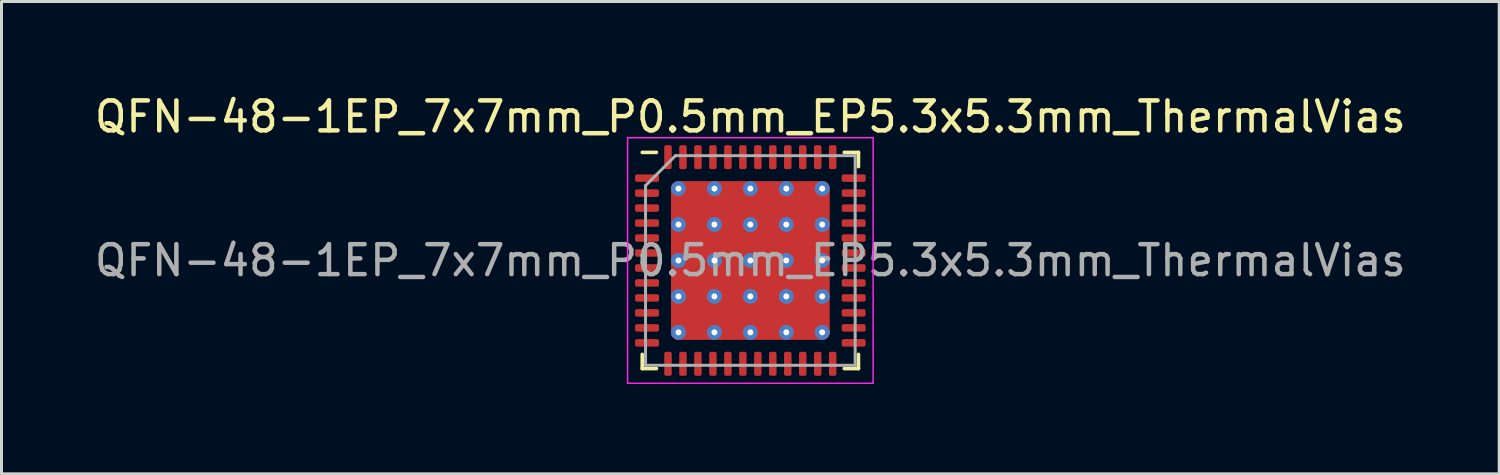
<source format=kicad_pcb>
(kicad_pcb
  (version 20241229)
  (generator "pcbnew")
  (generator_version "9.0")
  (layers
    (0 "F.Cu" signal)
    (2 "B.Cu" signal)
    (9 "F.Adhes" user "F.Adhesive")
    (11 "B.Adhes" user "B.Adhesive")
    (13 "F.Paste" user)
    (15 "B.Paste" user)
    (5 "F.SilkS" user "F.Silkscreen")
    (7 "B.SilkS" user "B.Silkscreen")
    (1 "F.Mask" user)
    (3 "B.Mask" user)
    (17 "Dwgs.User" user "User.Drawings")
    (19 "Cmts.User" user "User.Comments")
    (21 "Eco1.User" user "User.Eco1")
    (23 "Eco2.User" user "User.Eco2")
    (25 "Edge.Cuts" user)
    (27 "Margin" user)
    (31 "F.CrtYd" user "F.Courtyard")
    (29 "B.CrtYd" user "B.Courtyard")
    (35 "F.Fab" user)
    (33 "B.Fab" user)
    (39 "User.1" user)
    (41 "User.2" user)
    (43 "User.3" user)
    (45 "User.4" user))
  (footprint "QFN-48-1EP_7x7mm_P0.5mm_EP5.3x5.3mm_ThermalVias"
    (layer "F.Cu")
    (at 22.006 5.648)
    (property "Reference" "QFN-48-1EP_7x7mm_P0.5mm_EP5.3x5.3mm_ThermalVias" (at 0 -4.8 0) (layer "F.SilkS") (effects (font (size 1 1) (thickness 0.15))))
    (attr smd)
    (fp_line (start -3.61 3.61) (end -3.61 3.135) (stroke (width 0.12) (type solid)) (layer "F.SilkS"))
    (fp_line (start -3.135 -3.61) (end -3.61 -3.61) (stroke (width 0.12) (type solid)) (layer "F.SilkS"))
    (fp_line (start -3.135 3.61) (end -3.61 3.61) (stroke (width 0.12) (type solid)) (layer "F.SilkS"))
    (fp_line (start 3.135 -3.61) (end 3.61 -3.61) (stroke (width 0.12) (type solid)) (layer "F.SilkS"))
    (fp_line (start 3.135 3.61) (end 3.61 3.61) (stroke (width 0.12) (type solid)) (layer "F.SilkS"))
    (fp_line (start 3.61 -3.61) (end 3.61 -3.135) (stroke (width 0.12) (type solid)) (layer "F.SilkS"))
    (fp_line (start 3.61 3.61) (end 3.61 3.135) (stroke (width 0.12) (type solid)) (layer "F.SilkS"))
    (fp_line (start -4.1 -4.1) (end -4.1 4.1) (stroke (width 0.05) (type solid)) (layer "F.CrtYd"))
    (fp_line (start -4.1 4.1) (end 4.1 4.1) (stroke (width 0.05) (type solid)) (layer "F.CrtYd"))
    (fp_line (start 4.1 -4.1) (end -4.1 -4.1) (stroke (width 0.05) (type solid)) (layer "F.CrtYd"))
    (fp_line (start 4.1 4.1) (end 4.1 -4.1) (stroke (width 0.05) (type solid)) (layer "F.CrtYd"))
    (fp_line (start -3.5 -2.5) (end -2.5 -3.5) (stroke (width 0.1) (type solid)) (layer "F.Fab"))
    (fp_line (start -3.5 3.5) (end -3.5 -2.5) (stroke (width 0.1) (type solid)) (layer "F.Fab"))
    (fp_line (start -2.5 -3.5) (end 3.5 -3.5) (stroke (width 0.1) (type solid)) (layer "F.Fab"))
    (fp_line (start 3.5 -3.5) (end 3.5 3.5) (stroke (width 0.1) (type solid)) (layer "F.Fab"))
    (fp_line (start 3.5 3.5) (end -3.5 3.5) (stroke (width 0.1) (type solid)) (layer "F.Fab"))
    (fp_text user "${REFERENCE}" (at 0 0 0) (layer "F.Fab") (effects (font (size 1 1) (thickness 0.15))))
    (pad "" smd roundrect (at -1.8 -1.8) (size 1.026 1.026) (layers "F.Paste") (roundrect_rratio 0.244))
    (pad "" smd roundrect (at -1.8 -0.6) (size 1.026 1.026) (layers "F.Paste") (roundrect_rratio 0.244))
    (pad "" smd roundrect (at -1.8 0.6) (size 1.026 1.026) (layers "F.Paste") (roundrect_rratio 0.244))
    (pad "" smd roundrect (at -1.8 1.8) (size 1.026 1.026) (layers "F.Paste") (roundrect_rratio 0.244))
    (pad "" smd roundrect (at -0.6 -1.8) (size 1.026 1.026) (layers "F.Paste") (roundrect_rratio 0.244))
    (pad "" smd roundrect (at -0.6 -0.6) (size 1.026 1.026) (layers "F.Paste") (roundrect_rratio 0.244))
    (pad "" smd roundrect (at -0.6 0.6) (size 1.026 1.026) (layers "F.Paste") (roundrect_rratio 0.244))
    (pad "" smd roundrect (at -0.6 1.8) (size 1.026 1.026) (layers "F.Paste") (roundrect_rratio 0.244))
    (pad "" smd roundrect (at 0.6 -1.8) (size 1.026 1.026) (layers "F.Paste") (roundrect_rratio 0.244))
    (pad "" smd roundrect (at 0.6 -0.6) (size 1.026 1.026) (layers "F.Paste") (roundrect_rratio 0.244))
    (pad "" smd roundrect (at 0.6 0.6) (size 1.026 1.026) (layers "F.Paste") (roundrect_rratio 0.244))
    (pad "" smd roundrect (at 0.6 1.8) (size 1.026 1.026) (layers "F.Paste") (roundrect_rratio 0.244))
    (pad "" smd roundrect (at 1.8 -1.8) (size 1.026 1.026) (layers "F.Paste") (roundrect_rratio 0.244))
    (pad "" smd roundrect (at 1.8 -0.6) (size 1.026 1.026) (layers "F.Paste") (roundrect_rratio 0.244))
    (pad "" smd roundrect (at 1.8 0.6) (size 1.026 1.026) (layers "F.Paste") (roundrect_rratio 0.244))
    (pad "" smd roundrect (at 1.8 1.8) (size 1.026 1.026) (layers "F.Paste") (roundrect_rratio 0.244))
    (pad "1" smd roundrect (at -3.45 -2.75) (size 0.8 0.25) (layers "F.Cu" "F.Mask" "F.Paste") (roundrect_rratio 0.25))
    (pad "2" smd roundrect (at -3.45 -2.25) (size 0.8 0.25) (layers "F.Cu" "F.Mask" "F.Paste") (roundrect_rratio 0.25))
    (pad "3" smd roundrect (at -3.45 -1.75) (size 0.8 0.25) (layers "F.Cu" "F.Mask" "F.Paste") (roundrect_rratio 0.25))
    (pad "4" smd roundrect (at -3.45 -1.25) (size 0.8 0.25) (layers "F.Cu" "F.Mask" "F.Paste") (roundrect_rratio 0.25))
    (pad "5" smd roundrect (at -3.45 -0.75) (size 0.8 0.25) (layers "F.Cu" "F.Mask" "F.Paste") (roundrect_rratio 0.25))
    (pad "6" smd roundrect (at -3.45 -0.25) (size 0.8 0.25) (layers "F.Cu" "F.Mask" "F.Paste") (roundrect_rratio 0.25))
    (pad "7" smd roundrect (at -3.45 0.25) (size 0.8 0.25) (layers "F.Cu" "F.Mask" "F.Paste") (roundrect_rratio 0.25))
    (pad "8" smd roundrect (at -3.45 0.75) (size 0.8 0.25) (layers "F.Cu" "F.Mask" "F.Paste") (roundrect_rratio 0.25))
    (pad "9" smd roundrect (at -3.45 1.25) (size 0.8 0.25) (layers "F.Cu" "F.Mask" "F.Paste") (roundrect_rratio 0.25))
    (pad "10" smd roundrect (at -3.45 1.75) (size 0.8 0.25) (layers "F.Cu" "F.Mask" "F.Paste") (roundrect_rratio 0.25))
    (pad "11" smd roundrect (at -3.45 2.25) (size 0.8 0.25) (layers "F.Cu" "F.Mask" "F.Paste") (roundrect_rratio 0.25))
    (pad "12" smd roundrect (at -3.45 2.75) (size 0.8 0.25) (layers "F.Cu" "F.Mask" "F.Paste") (roundrect_rratio 0.25))
    (pad "13" smd roundrect (at -2.75 3.45) (size 0.25 0.8) (layers "F.Cu" "F.Mask" "F.Paste") (roundrect_rratio 0.25))
    (pad "14" smd roundrect (at -2.25 3.45) (size 0.25 0.8) (layers "F.Cu" "F.Mask" "F.Paste") (roundrect_rratio 0.25))
    (pad "15" smd roundrect (at -1.75 3.45) (size 0.25 0.8) (layers "F.Cu" "F.Mask" "F.Paste") (roundrect_rratio 0.25))
    (pad "16" smd roundrect (at -1.25 3.45) (size 0.25 0.8) (layers "F.Cu" "F.Mask" "F.Paste") (roundrect_rratio 0.25))
    (pad "17" smd roundrect (at -0.75 3.45) (size 0.25 0.8) (layers "F.Cu" "F.Mask" "F.Paste") (roundrect_rratio 0.25))
    (pad "18" smd roundrect (at -0.25 3.45) (size 0.25 0.8) (layers "F.Cu" "F.Mask" "F.Paste") (roundrect_rratio 0.25))
    (pad "19" smd roundrect (at 0.25 3.45) (size 0.25 0.8) (layers "F.Cu" "F.Mask" "F.Paste") (roundrect_rratio 0.25))
    (pad "20" smd roundrect (at 0.75 3.45) (size 0.25 0.8) (layers "F.Cu" "F.Mask" "F.Paste") (roundrect_rratio 0.25))
    (pad "21" smd roundrect (at 1.25 3.45) (size 0.25 0.8) (layers "F.Cu" "F.Mask" "F.Paste") (roundrect_rratio 0.25))
    (pad "22" smd roundrect (at 1.75 3.45) (size 0.25 0.8) (layers "F.Cu" "F.Mask" "F.Paste") (roundrect_rratio 0.25))
    (pad "23" smd roundrect (at 2.25 3.45) (size 0.25 0.8) (layers "F.Cu" "F.Mask" "F.Paste") (roundrect_rratio 0.25))
    (pad "24" smd roundrect (at 2.75 3.45) (size 0.25 0.8) (layers "F.Cu" "F.Mask" "F.Paste") (roundrect_rratio 0.25))
    (pad "25" smd roundrect (at 3.45 2.75) (size 0.8 0.25) (layers "F.Cu" "F.Mask" "F.Paste") (roundrect_rratio 0.25))
    (pad "26" smd roundrect (at 3.45 2.25) (size 0.8 0.25) (layers "F.Cu" "F.Mask" "F.Paste") (roundrect_rratio 0.25))
    (pad "27" smd roundrect (at 3.45 1.75) (size 0.8 0.25) (layers "F.Cu" "F.Mask" "F.Paste") (roundrect_rratio 0.25))
    (pad "28" smd roundrect (at 3.45 1.25) (size 0.8 0.25) (layers "F.Cu" "F.Mask" "F.Paste") (roundrect_rratio 0.25))
    (pad "29" smd roundrect (at 3.45 0.75) (size 0.8 0.25) (layers "F.Cu" "F.Mask" "F.Paste") (roundrect_rratio 0.25))
    (pad "30" smd roundrect (at 3.45 0.25) (size 0.8 0.25) (layers "F.Cu" "F.Mask" "F.Paste") (roundrect_rratio 0.25))
    (pad "31" smd roundrect (at 3.45 -0.25) (size 0.8 0.25) (layers "F.Cu" "F.Mask" "F.Paste") (roundrect_rratio 0.25))
    (pad "32" smd roundrect (at 3.45 -0.75) (size 0.8 0.25) (layers "F.Cu" "F.Mask" "F.Paste") (roundrect_rratio 0.25))
    (pad "33" smd roundrect (at 3.45 -1.25) (size 0.8 0.25) (layers "F.Cu" "F.Mask" "F.Paste") (roundrect_rratio 0.25))
    (pad "34" smd roundrect (at 3.45 -1.75) (size 0.8 0.25) (layers "F.Cu" "F.Mask" "F.Paste") (roundrect_rratio 0.25))
    (pad "35" smd roundrect (at 3.45 -2.25) (size 0.8 0.25) (layers "F.Cu" "F.Mask" "F.Paste") (roundrect_rratio 0.25))
    (pad "36" smd roundrect (at 3.45 -2.75) (size 0.8 0.25) (layers "F.Cu" "F.Mask" "F.Paste") (roundrect_rratio 0.25))
    (pad "37" smd roundrect (at 2.75 -3.45) (size 0.25 0.8) (layers "F.Cu" "F.Mask" "F.Paste") (roundrect_rratio 0.25))
    (pad "38" smd roundrect (at 2.25 -3.45) (size 0.25 0.8) (layers "F.Cu" "F.Mask" "F.Paste") (roundrect_rratio 0.25))
    (pad "39" smd roundrect (at 1.75 -3.45) (size 0.25 0.8) (layers "F.Cu" "F.Mask" "F.Paste") (roundrect_rratio 0.25))
    (pad "40" smd roundrect (at 1.25 -3.45) (size 0.25 0.8) (layers "F.Cu" "F.Mask" "F.Paste") (roundrect_rratio 0.25))
    (pad "41" smd roundrect (at 0.75 -3.45) (size 0.25 0.8) (layers "F.Cu" "F.Mask" "F.Paste") (roundrect_rratio 0.25))
    (pad "42" smd roundrect (at 0.25 -3.45) (size 0.25 0.8) (layers "F.Cu" "F.Mask" "F.Paste") (roundrect_rratio 0.25))
    (pad "43" smd roundrect (at -0.25 -3.45) (size 0.25 0.8) (layers "F.Cu" "F.Mask" "F.Paste") (roundrect_rratio 0.25))
    (pad "44" smd roundrect (at -0.75 -3.45) (size 0.25 0.8) (layers "F.Cu" "F.Mask" "F.Paste") (roundrect_rratio 0.25))
    (pad "45" smd roundrect (at -1.25 -3.45) (size 0.25 0.8) (layers "F.Cu" "F.Mask" "F.Paste") (roundrect_rratio 0.25))
    (pad "46" smd roundrect (at -1.75 -3.45) (size 0.25 0.8) (layers "F.Cu" "F.Mask" "F.Paste") (roundrect_rratio 0.25))
    (pad "47" smd roundrect (at -2.25 -3.45) (size 0.25 0.8) (layers "F.Cu" "F.Mask" "F.Paste") (roundrect_rratio 0.25))
    (pad "48" smd roundrect (at -2.75 -3.45) (size 0.25 0.8) (layers "F.Cu" "F.Mask" "F.Paste") (roundrect_rratio 0.25))
    (pad "49" thru_hole circle (at -2.4 -2.4) (size 0.5 0.5) (drill 0.2) (layers "*.Cu"))
    (pad "49" thru_hole circle (at -2.4 -1.2) (size 0.5 0.5) (drill 0.2) (layers "*.Cu"))
    (pad "49" thru_hole circle (at -2.4 0) (size 0.5 0.5) (drill 0.2) (layers "*.Cu"))
    (pad "49" thru_hole circle (at -2.4 1.2) (size 0.5 0.5) (drill 0.2) (layers "*.Cu"))
    (pad "49" thru_hole circle (at -2.4 2.4) (size 0.5 0.5) (drill 0.2) (layers "*.Cu"))
    (pad "49" thru_hole circle (at -1.2 -2.4) (size 0.5 0.5) (drill 0.2) (layers "*.Cu"))
    (pad "49" thru_hole circle (at -1.2 -1.2) (size 0.5 0.5) (drill 0.2) (layers "*.Cu"))
    (pad "49" thru_hole circle (at -1.2 0) (size 0.5 0.5) (drill 0.2) (layers "*.Cu"))
    (pad "49" thru_hole circle (at -1.2 1.2) (size 0.5 0.5) (drill 0.2) (layers "*.Cu"))
    (pad "49" thru_hole circle (at -1.2 2.4) (size 0.5 0.5) (drill 0.2) (layers "*.Cu"))
    (pad "49" thru_hole circle (at 0 -2.4) (size 0.5 0.5) (drill 0.2) (layers "*.Cu"))
    (pad "49" thru_hole circle (at 0 -1.2) (size 0.5 0.5) (drill 0.2) (layers "*.Cu"))
    (pad "49" thru_hole circle (at 0 0) (size 0.5 0.5) (drill 0.2) (layers "*.Cu"))
    (pad "49" smd roundrect (at 0 0) (size 5.3 5.3) (layers "F.Cu" "F.Mask") (roundrect_rratio 0.047))
    (pad "49" thru_hole circle (at 0 1.2) (size 0.5 0.5) (drill 0.2) (layers "*.Cu"))
    (pad "49" thru_hole circle (at 0 2.4) (size 0.5 0.5) (drill 0.2) (layers "*.Cu"))
    (pad "49" thru_hole circle (at 1.2 -2.4) (size 0.5 0.5) (drill 0.2) (layers "*.Cu"))
    (pad "49" thru_hole circle (at 1.2 -1.2) (size 0.5 0.5) (drill 0.2) (layers "*.Cu"))
    (pad "49" thru_hole circle (at 1.2 0) (size 0.5 0.5) (drill 0.2) (layers "*.Cu"))
    (pad "49" thru_hole circle (at 1.2 1.2) (size 0.5 0.5) (drill 0.2) (layers "*.Cu"))
    (pad "49" thru_hole circle (at 1.2 2.4) (size 0.5 0.5) (drill 0.2) (layers "*.Cu"))
    (pad "49" thru_hole circle (at 2.4 -2.4) (size 0.5 0.5) (drill 0.2) (layers "*.Cu"))
    (pad "49" thru_hole circle (at 2.4 -1.2) (size 0.5 0.5) (drill 0.2) (layers "*.Cu"))
    (pad "49" thru_hole circle (at 2.4 0) (size 0.5 0.5) (drill 0.2) (layers "*.Cu"))
    (pad "49" thru_hole circle (at 2.4 1.2) (size 0.5 0.5) (drill 0.2) (layers "*.Cu"))
    (pad "49" thru_hole circle (at 2.4 2.4) (size 0.5 0.5) (drill 0.2) (layers "*.Cu")))
  (gr_rect
    (start -3 -3)
    (end 47.012 12.773)
    (stroke (width 0.1) (type default))
    (fill no)
    (layer "Edge.Cuts")))
</source>
